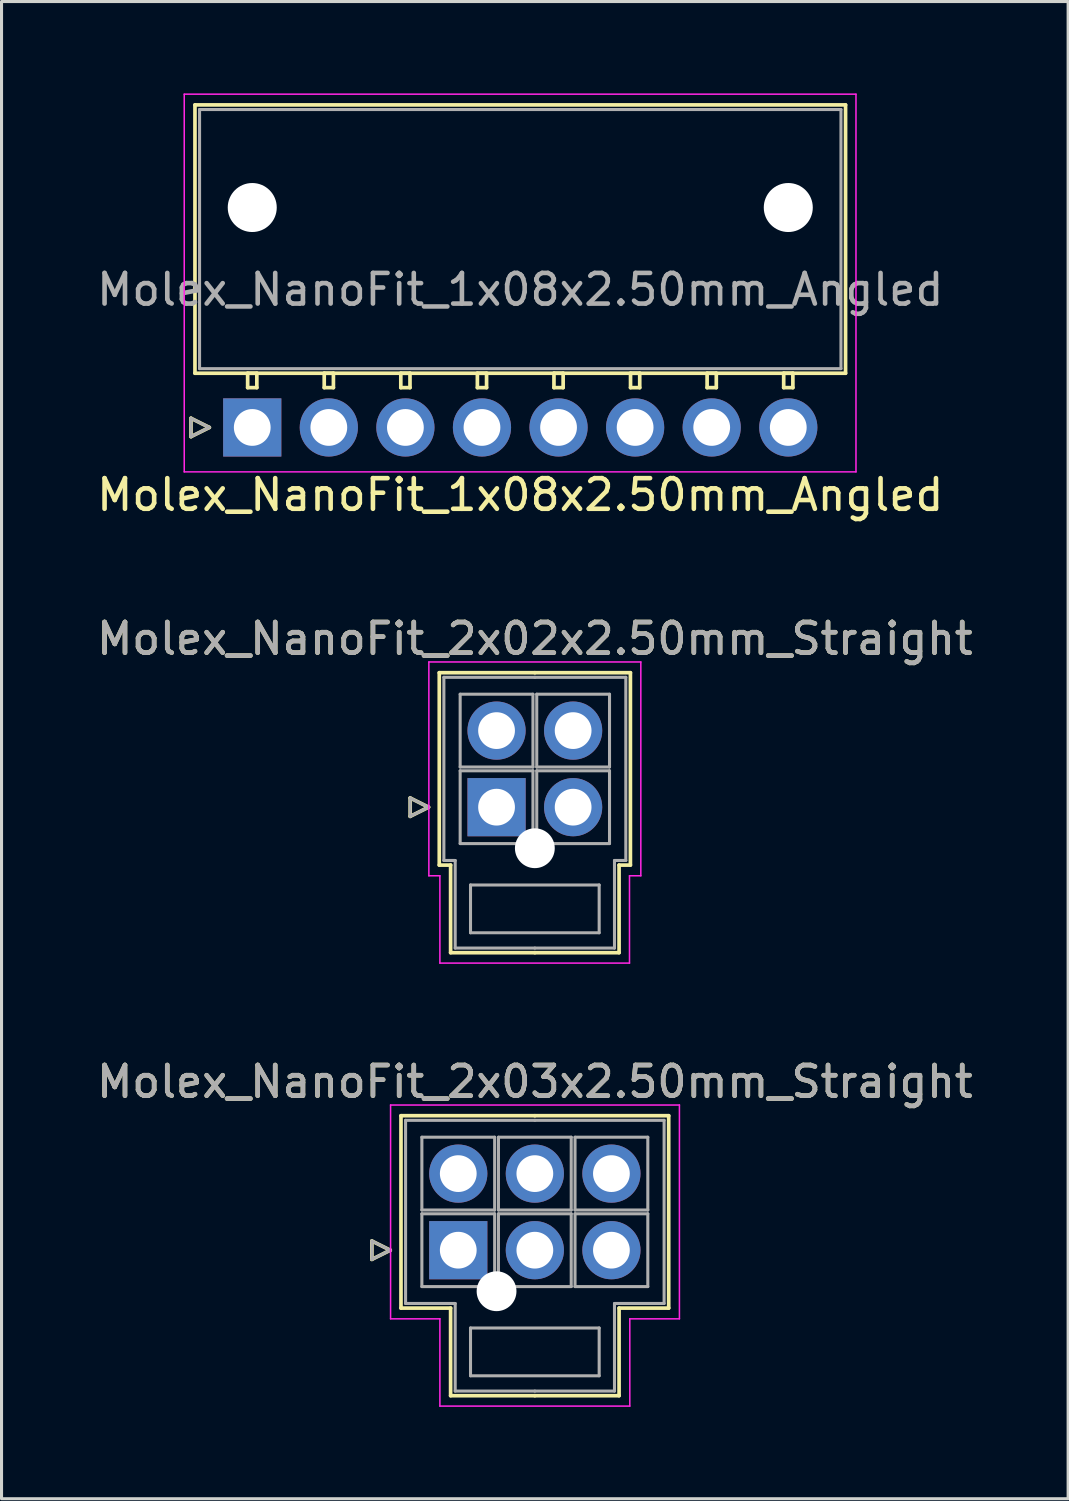
<source format=kicad_pcb>
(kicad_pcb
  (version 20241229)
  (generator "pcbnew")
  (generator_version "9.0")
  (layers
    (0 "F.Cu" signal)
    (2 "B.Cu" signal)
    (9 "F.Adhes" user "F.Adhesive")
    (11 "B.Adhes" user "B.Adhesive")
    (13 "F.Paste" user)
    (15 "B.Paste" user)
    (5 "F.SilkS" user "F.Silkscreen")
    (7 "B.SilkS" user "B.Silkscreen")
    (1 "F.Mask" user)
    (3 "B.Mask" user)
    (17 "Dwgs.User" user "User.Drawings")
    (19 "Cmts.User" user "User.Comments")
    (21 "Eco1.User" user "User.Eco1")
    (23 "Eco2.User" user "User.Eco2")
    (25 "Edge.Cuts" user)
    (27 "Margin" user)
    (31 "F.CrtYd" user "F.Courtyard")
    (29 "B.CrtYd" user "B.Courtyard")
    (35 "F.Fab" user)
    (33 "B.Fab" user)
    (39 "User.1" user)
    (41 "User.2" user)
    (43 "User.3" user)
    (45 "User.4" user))
  (footprint "Molex_NanoFit_2x02x2.50mm_Straight"
    (layer "F.Cu")
    (at 13.161 23.302)
    (property "Reference" "Molex_NanoFit_2x02x2.50mm_Straight" (at 1.25 -5.5 0) (layer "F.SilkS") (effects (font (size 1 1) (thickness 0.15))))
    (attr through_hole)
    (fp_line (start -2.82 -0.3) (end -2.22 0) (stroke (width 0.12) (type solid)) (layer "F.SilkS"))
    (fp_line (start -2.82 0.3) (end -2.82 -0.3) (stroke (width 0.12) (type solid)) (layer "F.SilkS"))
    (fp_line (start -2.22 0) (end -2.82 0.3) (stroke (width 0.12) (type solid)) (layer "F.SilkS"))
    (fp_line (start -1.87 -4.39) (end -1.87 1.89) (stroke (width 0.12) (type solid)) (layer "F.SilkS"))
    (fp_line (start -1.87 1.89) (end -1.5 1.89) (stroke (width 0.12) (type solid)) (layer "F.SilkS"))
    (fp_line (start -1.5 1.89) (end -1.5 4.75) (stroke (width 0.12) (type solid)) (layer "F.SilkS"))
    (fp_line (start -1.5 4.75) (end 1.25 4.75) (stroke (width 0.12) (type solid)) (layer "F.SilkS"))
    (fp_line (start 1.25 -4.39) (end -1.87 -4.39) (stroke (width 0.12) (type solid)) (layer "F.SilkS"))
    (fp_line (start 1.25 -4.39) (end 4.37 -4.39) (stroke (width 0.12) (type solid)) (layer "F.SilkS"))
    (fp_line (start 4 1.89) (end 4 4.75) (stroke (width 0.12) (type solid)) (layer "F.SilkS"))
    (fp_line (start 4 4.75) (end 1.25 4.75) (stroke (width 0.12) (type solid)) (layer "F.SilkS"))
    (fp_line (start 4.37 -4.39) (end 4.37 1.89) (stroke (width 0.12) (type solid)) (layer "F.SilkS"))
    (fp_line (start 4.37 1.89) (end 4 1.89) (stroke (width 0.12) (type solid)) (layer "F.SilkS"))
    (fp_line (start -2.21 -4.74) (end -2.21 2.24) (stroke (width 0.05) (type solid)) (layer "F.CrtYd"))
    (fp_line (start -2.21 2.24) (end -1.85 2.24) (stroke (width 0.05) (type solid)) (layer "F.CrtYd"))
    (fp_line (start -1.85 2.24) (end -1.85 5.09) (stroke (width 0.05) (type solid)) (layer "F.CrtYd"))
    (fp_line (start -1.85 5.09) (end 4.34 5.09) (stroke (width 0.05) (type solid)) (layer "F.CrtYd"))
    (fp_line (start 4.34 2.24) (end 4.71 2.24) (stroke (width 0.05) (type solid)) (layer "F.CrtYd"))
    (fp_line (start 4.34 5.09) (end 4.34 2.24) (stroke (width 0.05) (type solid)) (layer "F.CrtYd"))
    (fp_line (start 4.71 -4.74) (end -2.21 -4.74) (stroke (width 0.05) (type solid)) (layer "F.CrtYd"))
    (fp_line (start 4.71 2.24) (end 4.71 -4.74) (stroke (width 0.05) (type solid)) (layer "F.CrtYd"))
    (fp_line (start -2.82 -0.3) (end -2.22 0) (stroke (width 0.1) (type solid)) (layer "F.Fab"))
    (fp_line (start -2.82 0.3) (end -2.82 -0.3) (stroke (width 0.1) (type solid)) (layer "F.Fab"))
    (fp_line (start -2.22 0) (end -2.82 0.3) (stroke (width 0.1) (type solid)) (layer "F.Fab"))
    (fp_line (start -1.72 -4.24) (end -1.72 1.74) (stroke (width 0.1) (type solid)) (layer "F.Fab"))
    (fp_line (start -1.72 1.74) (end -1.35 1.74) (stroke (width 0.1) (type solid)) (layer "F.Fab"))
    (fp_line (start -1.35 1.74) (end -1.35 4.6) (stroke (width 0.1) (type solid)) (layer "F.Fab"))
    (fp_line (start -1.35 4.6) (end 1.25 4.6) (stroke (width 0.1) (type solid)) (layer "F.Fab"))
    (fp_line (start -1.188 -3.688) (end -1.188 -1.312) (stroke (width 0.1) (type solid)) (layer "F.Fab"))
    (fp_line (start -1.188 -1.312) (end 1.188 -1.312) (stroke (width 0.1) (type solid)) (layer "F.Fab"))
    (fp_line (start -1.188 -1.188) (end -1.188 1.188) (stroke (width 0.1) (type solid)) (layer "F.Fab"))
    (fp_line (start -1.188 1.188) (end 1.188 1.188) (stroke (width 0.1) (type solid)) (layer "F.Fab"))
    (fp_line (start -0.85 2.54) (end -0.85 4.1) (stroke (width 0.1) (type solid)) (layer "F.Fab"))
    (fp_line (start -0.85 4.1) (end 3.35 4.1) (stroke (width 0.1) (type solid)) (layer "F.Fab"))
    (fp_line (start 1.188 -3.688) (end -1.188 -3.688) (stroke (width 0.1) (type solid)) (layer "F.Fab"))
    (fp_line (start 1.188 -1.312) (end 1.188 -3.688) (stroke (width 0.1) (type solid)) (layer "F.Fab"))
    (fp_line (start 1.188 -1.188) (end -1.188 -1.188) (stroke (width 0.1) (type solid)) (layer "F.Fab"))
    (fp_line (start 1.188 1.188) (end 1.188 -1.188) (stroke (width 0.1) (type solid)) (layer "F.Fab"))
    (fp_line (start 1.25 -4.24) (end -1.72 -4.24) (stroke (width 0.1) (type solid)) (layer "F.Fab"))
    (fp_line (start 1.25 -4.24) (end 4.22 -4.24) (stroke (width 0.1) (type solid)) (layer "F.Fab"))
    (fp_line (start 1.312 -3.688) (end 1.312 -1.312) (stroke (width 0.1) (type solid)) (layer "F.Fab"))
    (fp_line (start 1.312 -1.312) (end 3.688 -1.312) (stroke (width 0.1) (type solid)) (layer "F.Fab"))
    (fp_line (start 1.312 -1.188) (end 1.312 1.188) (stroke (width 0.1) (type solid)) (layer "F.Fab"))
    (fp_line (start 1.312 1.188) (end 3.688 1.188) (stroke (width 0.1) (type solid)) (layer "F.Fab"))
    (fp_line (start 3.35 2.54) (end -0.85 2.54) (stroke (width 0.1) (type solid)) (layer "F.Fab"))
    (fp_line (start 3.35 4.1) (end 3.35 2.54) (stroke (width 0.1) (type solid)) (layer "F.Fab"))
    (fp_line (start 3.688 -3.688) (end 1.312 -3.688) (stroke (width 0.1) (type solid)) (layer "F.Fab"))
    (fp_line (start 3.688 -1.312) (end 3.688 -3.688) (stroke (width 0.1) (type solid)) (layer "F.Fab"))
    (fp_line (start 3.688 -1.188) (end 1.312 -1.188) (stroke (width 0.1) (type solid)) (layer "F.Fab"))
    (fp_line (start 3.688 1.188) (end 3.688 -1.188) (stroke (width 0.1) (type solid)) (layer "F.Fab"))
    (fp_line (start 3.85 1.74) (end 3.85 4.6) (stroke (width 0.1) (type solid)) (layer "F.Fab"))
    (fp_line (start 3.85 4.6) (end 1.25 4.6) (stroke (width 0.1) (type solid)) (layer "F.Fab"))
    (fp_line (start 4.22 -4.24) (end 4.22 1.74) (stroke (width 0.1) (type solid)) (layer "F.Fab"))
    (fp_line (start 4.22 1.74) (end 3.85 1.74) (stroke (width 0.1) (type solid)) (layer "F.Fab"))
    (fp_text user "${REFERENCE}" (at 1.25 -5.5 0) (layer "F.Fab") (effects (font (size 1 1) (thickness 0.15))))
    (pad "" np_thru_hole circle (at 1.25 1.34) (size 1.3 1.3) (drill 1.3) (layers "*.Cu" "*.Mask"))
    (pad "1" thru_hole rect (at 0 0) (size 1.9 1.9) (drill 1.2) (layers "*.Cu" "*.Mask"))
    (pad "2" thru_hole circle (at 2.5 0) (size 1.9 1.9) (drill 1.2) (layers "*.Cu" "*.Mask"))
    (pad "3" thru_hole circle (at 0 -2.5) (size 1.9 1.9) (drill 1.2) (layers "*.Cu" "*.Mask"))
    (pad "4" thru_hole circle (at 2.5 -2.5) (size 1.9 1.9) (drill 1.2) (layers "*.Cu" "*.Mask")))
  (footprint "Molex_NanoFit_2x03x2.50mm_Straight"
    (layer "F.Cu")
    (at 11.911 37.765)
    (property "Reference" "Molex_NanoFit_2x03x2.50mm_Straight" (at 2.5 -5.5 0) (layer "F.SilkS") (effects (font (size 1 1) (thickness 0.15))))
    (attr through_hole)
    (fp_line (start -2.82 -0.3) (end -2.22 0) (stroke (width 0.12) (type solid)) (layer "F.SilkS"))
    (fp_line (start -2.82 0.3) (end -2.82 -0.3) (stroke (width 0.12) (type solid)) (layer "F.SilkS"))
    (fp_line (start -2.22 0) (end -2.82 0.3) (stroke (width 0.12) (type solid)) (layer "F.SilkS"))
    (fp_line (start -1.87 -4.39) (end -1.87 1.89) (stroke (width 0.12) (type solid)) (layer "F.SilkS"))
    (fp_line (start -1.87 1.89) (end -0.25 1.89) (stroke (width 0.12) (type solid)) (layer "F.SilkS"))
    (fp_line (start -0.25 1.89) (end -0.25 4.75) (stroke (width 0.12) (type solid)) (layer "F.SilkS"))
    (fp_line (start -0.25 4.75) (end 2.5 4.75) (stroke (width 0.12) (type solid)) (layer "F.SilkS"))
    (fp_line (start 2.5 -4.39) (end -1.87 -4.39) (stroke (width 0.12) (type solid)) (layer "F.SilkS"))
    (fp_line (start 2.5 -4.39) (end 6.87 -4.39) (stroke (width 0.12) (type solid)) (layer "F.SilkS"))
    (fp_line (start 5.25 1.89) (end 5.25 4.75) (stroke (width 0.12) (type solid)) (layer "F.SilkS"))
    (fp_line (start 5.25 4.75) (end 2.5 4.75) (stroke (width 0.12) (type solid)) (layer "F.SilkS"))
    (fp_line (start 6.87 -4.39) (end 6.87 1.89) (stroke (width 0.12) (type solid)) (layer "F.SilkS"))
    (fp_line (start 6.87 1.89) (end 5.25 1.89) (stroke (width 0.12) (type solid)) (layer "F.SilkS"))
    (fp_line (start -2.21 -4.74) (end -2.21 2.24) (stroke (width 0.05) (type solid)) (layer "F.CrtYd"))
    (fp_line (start -2.21 2.24) (end -0.6 2.24) (stroke (width 0.05) (type solid)) (layer "F.CrtYd"))
    (fp_line (start -0.6 2.24) (end -0.6 5.09) (stroke (width 0.05) (type solid)) (layer "F.CrtYd"))
    (fp_line (start -0.6 5.09) (end 5.6 5.09) (stroke (width 0.05) (type solid)) (layer "F.CrtYd"))
    (fp_line (start 5.6 2.24) (end 7.22 2.24) (stroke (width 0.05) (type solid)) (layer "F.CrtYd"))
    (fp_line (start 5.6 5.09) (end 5.6 2.24) (stroke (width 0.05) (type solid)) (layer "F.CrtYd"))
    (fp_line (start 7.22 -4.74) (end -2.21 -4.74) (stroke (width 0.05) (type solid)) (layer "F.CrtYd"))
    (fp_line (start 7.22 2.24) (end 7.22 -4.74) (stroke (width 0.05) (type solid)) (layer "F.CrtYd"))
    (fp_line (start -2.82 -0.3) (end -2.22 0) (stroke (width 0.1) (type solid)) (layer "F.Fab"))
    (fp_line (start -2.82 0.3) (end -2.82 -0.3) (stroke (width 0.1) (type solid)) (layer "F.Fab"))
    (fp_line (start -2.22 0) (end -2.82 0.3) (stroke (width 0.1) (type solid)) (layer "F.Fab"))
    (fp_line (start -1.72 -4.24) (end -1.72 1.74) (stroke (width 0.1) (type solid)) (layer "F.Fab"))
    (fp_line (start -1.72 1.74) (end -0.1 1.74) (stroke (width 0.1) (type solid)) (layer "F.Fab"))
    (fp_line (start -1.188 -3.688) (end -1.188 -1.312) (stroke (width 0.1) (type solid)) (layer "F.Fab"))
    (fp_line (start -1.188 -1.312) (end 1.188 -1.312) (stroke (width 0.1) (type solid)) (layer "F.Fab"))
    (fp_line (start -1.188 -1.188) (end -1.188 1.188) (stroke (width 0.1) (type solid)) (layer "F.Fab"))
    (fp_line (start -1.188 1.188) (end 1.188 1.188) (stroke (width 0.1) (type solid)) (layer "F.Fab"))
    (fp_line (start -0.1 1.74) (end -0.1 4.6) (stroke (width 0.1) (type solid)) (layer "F.Fab"))
    (fp_line (start -0.1 4.6) (end 2.5 4.6) (stroke (width 0.1) (type solid)) (layer "F.Fab"))
    (fp_line (start 0.4 2.54) (end 0.4 4.1) (stroke (width 0.1) (type solid)) (layer "F.Fab"))
    (fp_line (start 0.4 4.1) (end 4.6 4.1) (stroke (width 0.1) (type solid)) (layer "F.Fab"))
    (fp_line (start 1.188 -3.688) (end -1.188 -3.688) (stroke (width 0.1) (type solid)) (layer "F.Fab"))
    (fp_line (start 1.188 -1.312) (end 1.188 -3.688) (stroke (width 0.1) (type solid)) (layer "F.Fab"))
    (fp_line (start 1.188 -1.188) (end -1.188 -1.188) (stroke (width 0.1) (type solid)) (layer "F.Fab"))
    (fp_line (start 1.188 1.188) (end 1.188 -1.188) (stroke (width 0.1) (type solid)) (layer "F.Fab"))
    (fp_line (start 1.312 -3.688) (end 1.312 -1.312) (stroke (width 0.1) (type solid)) (layer "F.Fab"))
    (fp_line (start 1.312 -1.312) (end 3.688 -1.312) (stroke (width 0.1) (type solid)) (layer "F.Fab"))
    (fp_line (start 1.312 -1.188) (end 1.312 1.188) (stroke (width 0.1) (type solid)) (layer "F.Fab"))
    (fp_line (start 1.312 1.188) (end 3.688 1.188) (stroke (width 0.1) (type solid)) (layer "F.Fab"))
    (fp_line (start 2.5 -4.24) (end -1.72 -4.24) (stroke (width 0.1) (type solid)) (layer "F.Fab"))
    (fp_line (start 2.5 -4.24) (end 6.72 -4.24) (stroke (width 0.1) (type solid)) (layer "F.Fab"))
    (fp_line (start 3.688 -3.688) (end 1.312 -3.688) (stroke (width 0.1) (type solid)) (layer "F.Fab"))
    (fp_line (start 3.688 -1.312) (end 3.688 -3.688) (stroke (width 0.1) (type solid)) (layer "F.Fab"))
    (fp_line (start 3.688 -1.188) (end 1.312 -1.188) (stroke (width 0.1) (type solid)) (layer "F.Fab"))
    (fp_line (start 3.688 1.188) (end 3.688 -1.188) (stroke (width 0.1) (type solid)) (layer "F.Fab"))
    (fp_line (start 3.812 -3.688) (end 3.812 -1.312) (stroke (width 0.1) (type solid)) (layer "F.Fab"))
    (fp_line (start 3.812 -1.312) (end 6.188 -1.312) (stroke (width 0.1) (type solid)) (layer "F.Fab"))
    (fp_line (start 3.812 -1.188) (end 3.812 1.188) (stroke (width 0.1) (type solid)) (layer "F.Fab"))
    (fp_line (start 3.812 1.188) (end 6.188 1.188) (stroke (width 0.1) (type solid)) (layer "F.Fab"))
    (fp_line (start 4.6 2.54) (end 0.4 2.54) (stroke (width 0.1) (type solid)) (layer "F.Fab"))
    (fp_line (start 4.6 4.1) (end 4.6 2.54) (stroke (width 0.1) (type solid)) (layer "F.Fab"))
    (fp_line (start 5.1 1.74) (end 5.1 4.6) (stroke (width 0.1) (type solid)) (layer "F.Fab"))
    (fp_line (start 5.1 4.6) (end 2.5 4.6) (stroke (width 0.1) (type solid)) (layer "F.Fab"))
    (fp_line (start 6.188 -3.688) (end 3.812 -3.688) (stroke (width 0.1) (type solid)) (layer "F.Fab"))
    (fp_line (start 6.188 -1.312) (end 6.188 -3.688) (stroke (width 0.1) (type solid)) (layer "F.Fab"))
    (fp_line (start 6.188 -1.188) (end 3.812 -1.188) (stroke (width 0.1) (type solid)) (layer "F.Fab"))
    (fp_line (start 6.188 1.188) (end 6.188 -1.188) (stroke (width 0.1) (type solid)) (layer "F.Fab"))
    (fp_line (start 6.72 -4.24) (end 6.72 1.74) (stroke (width 0.1) (type solid)) (layer "F.Fab"))
    (fp_line (start 6.72 1.74) (end 5.1 1.74) (stroke (width 0.1) (type solid)) (layer "F.Fab"))
    (fp_text user "${REFERENCE}" (at 2.5 -5.5 0) (layer "F.Fab") (effects (font (size 1 1) (thickness 0.15))))
    (pad "" np_thru_hole circle (at 1.25 1.34) (size 1.3 1.3) (drill 1.3) (layers "*.Cu" "*.Mask"))
    (pad "1" thru_hole rect (at 0 0) (size 1.9 1.9) (drill 1.2) (layers "*.Cu" "*.Mask"))
    (pad "2" thru_hole circle (at 2.5 0) (size 1.9 1.9) (drill 1.2) (layers "*.Cu" "*.Mask"))
    (pad "3" thru_hole circle (at 5 0) (size 1.9 1.9) (drill 1.2) (layers "*.Cu" "*.Mask"))
    (pad "4" thru_hole circle (at 0 -2.5) (size 1.9 1.9) (drill 1.2) (layers "*.Cu" "*.Mask"))
    (pad "5" thru_hole circle (at 2.5 -2.5) (size 1.9 1.9) (drill 1.2) (layers "*.Cu" "*.Mask"))
    (pad "6" thru_hole circle (at 5 -2.5) (size 1.9 1.9) (drill 1.2) (layers "*.Cu" "*.Mask")))
  (footprint "Molex_NanoFit_1x08x2.50mm_Angled"
    (layer "F.Cu")
    (at 5.185 10.905)
    (property "Reference" "Molex_NanoFit_1x08x2.50mm_Angled" (at 8.75 2.2 0) (layer "F.SilkS") (effects (font (size 1 1) (thickness 0.15))))
    (attr through_hole)
    (fp_line (start -2 -0.3) (end -1.4 0) (stroke (width 0.12) (type solid)) (layer "F.SilkS"))
    (fp_line (start -2 0.3) (end -2 -0.3) (stroke (width 0.12) (type solid)) (layer "F.SilkS"))
    (fp_line (start -1.87 -10.53) (end -1.87 -1.77) (stroke (width 0.12) (type solid)) (layer "F.SilkS"))
    (fp_line (start -1.87 -1.77) (end 19.37 -1.77) (stroke (width 0.12) (type solid)) (layer "F.SilkS"))
    (fp_line (start -1.4 0) (end -2 0.3) (stroke (width 0.12) (type solid)) (layer "F.SilkS"))
    (fp_line (start -0.15 -1.77) (end -0.15 -1.3) (stroke (width 0.12) (type solid)) (layer "F.SilkS"))
    (fp_line (start -0.15 -1.3) (end 0.15 -1.3) (stroke (width 0.12) (type solid)) (layer "F.SilkS"))
    (fp_line (start 0.15 -1.77) (end -0.15 -1.77) (stroke (width 0.12) (type solid)) (layer "F.SilkS"))
    (fp_line (start 0.15 -1.3) (end 0.15 -1.77) (stroke (width 0.12) (type solid)) (layer "F.SilkS"))
    (fp_line (start 2.35 -1.77) (end 2.35 -1.3) (stroke (width 0.12) (type solid)) (layer "F.SilkS"))
    (fp_line (start 2.35 -1.3) (end 2.65 -1.3) (stroke (width 0.12) (type solid)) (layer "F.SilkS"))
    (fp_line (start 2.65 -1.77) (end 2.35 -1.77) (stroke (width 0.12) (type solid)) (layer "F.SilkS"))
    (fp_line (start 2.65 -1.3) (end 2.65 -1.77) (stroke (width 0.12) (type solid)) (layer "F.SilkS"))
    (fp_line (start 4.85 -1.77) (end 4.85 -1.3) (stroke (width 0.12) (type solid)) (layer "F.SilkS"))
    (fp_line (start 4.85 -1.3) (end 5.15 -1.3) (stroke (width 0.12) (type solid)) (layer "F.SilkS"))
    (fp_line (start 5.15 -1.77) (end 4.85 -1.77) (stroke (width 0.12) (type solid)) (layer "F.SilkS"))
    (fp_line (start 5.15 -1.3) (end 5.15 -1.77) (stroke (width 0.12) (type solid)) (layer "F.SilkS"))
    (fp_line (start 7.35 -1.77) (end 7.35 -1.3) (stroke (width 0.12) (type solid)) (layer "F.SilkS"))
    (fp_line (start 7.35 -1.3) (end 7.65 -1.3) (stroke (width 0.12) (type solid)) (layer "F.SilkS"))
    (fp_line (start 7.65 -1.77) (end 7.35 -1.77) (stroke (width 0.12) (type solid)) (layer "F.SilkS"))
    (fp_line (start 7.65 -1.3) (end 7.65 -1.77) (stroke (width 0.12) (type solid)) (layer "F.SilkS"))
    (fp_line (start 9.85 -1.77) (end 9.85 -1.3) (stroke (width 0.12) (type solid)) (layer "F.SilkS"))
    (fp_line (start 9.85 -1.3) (end 10.15 -1.3) (stroke (width 0.12) (type solid)) (layer "F.SilkS"))
    (fp_line (start 10.15 -1.77) (end 9.85 -1.77) (stroke (width 0.12) (type solid)) (layer "F.SilkS"))
    (fp_line (start 10.15 -1.3) (end 10.15 -1.77) (stroke (width 0.12) (type solid)) (layer "F.SilkS"))
    (fp_line (start 12.35 -1.77) (end 12.35 -1.3) (stroke (width 0.12) (type solid)) (layer "F.SilkS"))
    (fp_line (start 12.35 -1.3) (end 12.65 -1.3) (stroke (width 0.12) (type solid)) (layer "F.SilkS"))
    (fp_line (start 12.65 -1.77) (end 12.35 -1.77) (stroke (width 0.12) (type solid)) (layer "F.SilkS"))
    (fp_line (start 12.65 -1.3) (end 12.65 -1.77) (stroke (width 0.12) (type solid)) (layer "F.SilkS"))
    (fp_line (start 14.85 -1.77) (end 14.85 -1.3) (stroke (width 0.12) (type solid)) (layer "F.SilkS"))
    (fp_line (start 14.85 -1.3) (end 15.15 -1.3) (stroke (width 0.12) (type solid)) (layer "F.SilkS"))
    (fp_line (start 15.15 -1.77) (end 14.85 -1.77) (stroke (width 0.12) (type solid)) (layer "F.SilkS"))
    (fp_line (start 15.15 -1.3) (end 15.15 -1.77) (stroke (width 0.12) (type solid)) (layer "F.SilkS"))
    (fp_line (start 17.35 -1.77) (end 17.35 -1.3) (stroke (width 0.12) (type solid)) (layer "F.SilkS"))
    (fp_line (start 17.35 -1.3) (end 17.65 -1.3) (stroke (width 0.12) (type solid)) (layer "F.SilkS"))
    (fp_line (start 17.65 -1.77) (end 17.35 -1.77) (stroke (width 0.12) (type solid)) (layer "F.SilkS"))
    (fp_line (start 17.65 -1.3) (end 17.65 -1.77) (stroke (width 0.12) (type solid)) (layer "F.SilkS"))
    (fp_line (start 19.37 -10.53) (end -1.87 -10.53) (stroke (width 0.12) (type solid)) (layer "F.SilkS"))
    (fp_line (start 19.37 -1.77) (end 19.37 -10.53) (stroke (width 0.12) (type solid)) (layer "F.SilkS"))
    (fp_line (start -2.22 -10.88) (end -2.22 1.45) (stroke (width 0.05) (type solid)) (layer "F.CrtYd"))
    (fp_line (start -2.22 1.45) (end 19.71 1.45) (stroke (width 0.05) (type solid)) (layer "F.CrtYd"))
    (fp_line (start 19.71 -10.88) (end -2.22 -10.88) (stroke (width 0.05) (type solid)) (layer "F.CrtYd"))
    (fp_line (start 19.71 1.45) (end 19.71 -10.88) (stroke (width 0.05) (type solid)) (layer "F.CrtYd"))
    (fp_line (start -2 -0.3) (end -1.4 0) (stroke (width 0.1) (type solid)) (layer "F.Fab"))
    (fp_line (start -2 0.3) (end -2 -0.3) (stroke (width 0.1) (type solid)) (layer "F.Fab"))
    (fp_line (start -1.72 -10.38) (end -1.72 -1.92) (stroke (width 0.1) (type solid)) (layer "F.Fab"))
    (fp_line (start -1.72 -1.92) (end 19.22 -1.92) (stroke (width 0.1) (type solid)) (layer "F.Fab"))
    (fp_line (start -1.4 0) (end -2 0.3) (stroke (width 0.1) (type solid)) (layer "F.Fab"))
    (fp_line (start 19.22 -10.38) (end -1.72 -10.38) (stroke (width 0.1) (type solid)) (layer "F.Fab"))
    (fp_line (start 19.22 -1.92) (end 19.22 -10.38) (stroke (width 0.1) (type solid)) (layer "F.Fab"))
    (fp_text user "${REFERENCE}" (at 8.75 -4.5 0) (layer "F.Fab") (effects (font (size 1 1) (thickness 0.15))))
    (pad "" np_thru_hole circle (at 0 -7.18) (size 1.6 1.6) (drill 1.6) (layers "*.Cu" "*.Mask"))
    (pad "" np_thru_hole circle (at 17.5 -7.18) (size 1.6 1.6) (drill 1.6) (layers "*.Cu" "*.Mask"))
    (pad "1" thru_hole rect (at 0 0) (size 1.9 1.9) (drill 1.2) (layers "*.Cu" "*.Mask"))
    (pad "2" thru_hole circle (at 2.5 0) (size 1.9 1.9) (drill 1.2) (layers "*.Cu" "*.Mask"))
    (pad "3" thru_hole circle (at 5 0) (size 1.9 1.9) (drill 1.2) (layers "*.Cu" "*.Mask"))
    (pad "4" thru_hole circle (at 7.5 0) (size 1.9 1.9) (drill 1.2) (layers "*.Cu" "*.Mask"))
    (pad "5" thru_hole circle (at 10 0) (size 1.9 1.9) (drill 1.2) (layers "*.Cu" "*.Mask"))
    (pad "6" thru_hole circle (at 12.5 0) (size 1.9 1.9) (drill 1.2) (layers "*.Cu" "*.Mask"))
    (pad "7" thru_hole circle (at 15 0) (size 1.9 1.9) (drill 1.2) (layers "*.Cu" "*.Mask"))
    (pad "8" thru_hole circle (at 17.5 0) (size 1.9 1.9) (drill 1.2) (layers "*.Cu" "*.Mask")))
  (gr_rect
    (start -3 -3)
    (end 31.821 45.88)
    (stroke (width 0.1) (type default))
    (fill no)
    (layer "Edge.Cuts")))
</source>
